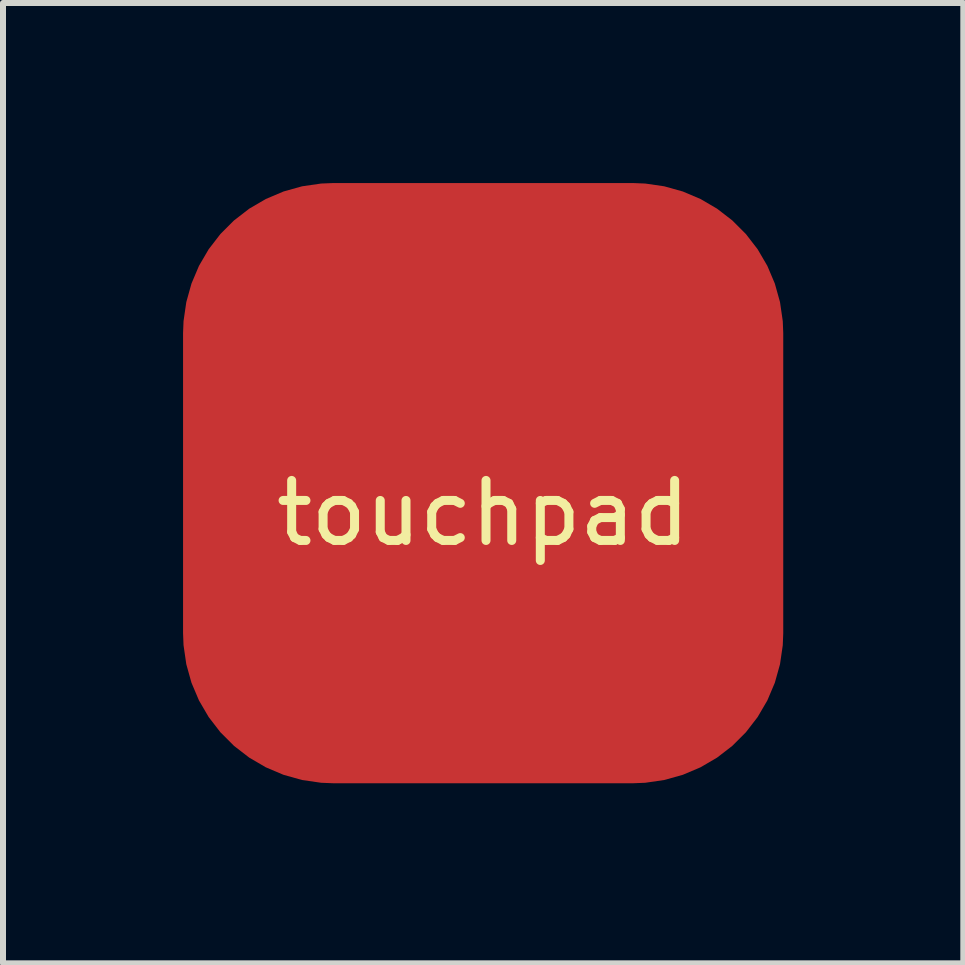
<source format=kicad_pcb>
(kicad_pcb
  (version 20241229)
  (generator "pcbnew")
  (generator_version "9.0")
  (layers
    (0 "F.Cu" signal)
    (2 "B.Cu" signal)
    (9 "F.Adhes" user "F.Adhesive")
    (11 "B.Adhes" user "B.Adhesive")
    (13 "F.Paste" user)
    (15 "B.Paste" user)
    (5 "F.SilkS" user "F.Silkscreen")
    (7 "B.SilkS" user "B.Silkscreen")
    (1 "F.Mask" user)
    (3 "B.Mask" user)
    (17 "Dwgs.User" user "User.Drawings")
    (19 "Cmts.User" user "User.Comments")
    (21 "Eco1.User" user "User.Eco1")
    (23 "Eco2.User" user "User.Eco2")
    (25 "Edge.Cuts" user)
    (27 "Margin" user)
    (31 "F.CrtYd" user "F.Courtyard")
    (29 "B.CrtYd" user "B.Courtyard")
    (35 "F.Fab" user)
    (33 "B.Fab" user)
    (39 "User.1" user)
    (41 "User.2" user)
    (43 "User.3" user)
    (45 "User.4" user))
  (footprint "touchpad"
    (layer "F.Cu")
    (at 5 5)
    (property "Reference" "touchpad" (at 0 0.5 0) (layer "F.SilkS") (effects (font (size 1 1) (thickness 0.15))))
    (attr through_hole)
    (pad "1" smd roundrect (at 0 0) (size 10 10) (layers "F.Cu") (roundrect_rratio 0.25)))
  (gr_rect
    (start -3 -3)
    (end 13 13)
    (stroke (width 0.1) (type default))
    (fill no)
    (layer "Edge.Cuts")))
</source>
